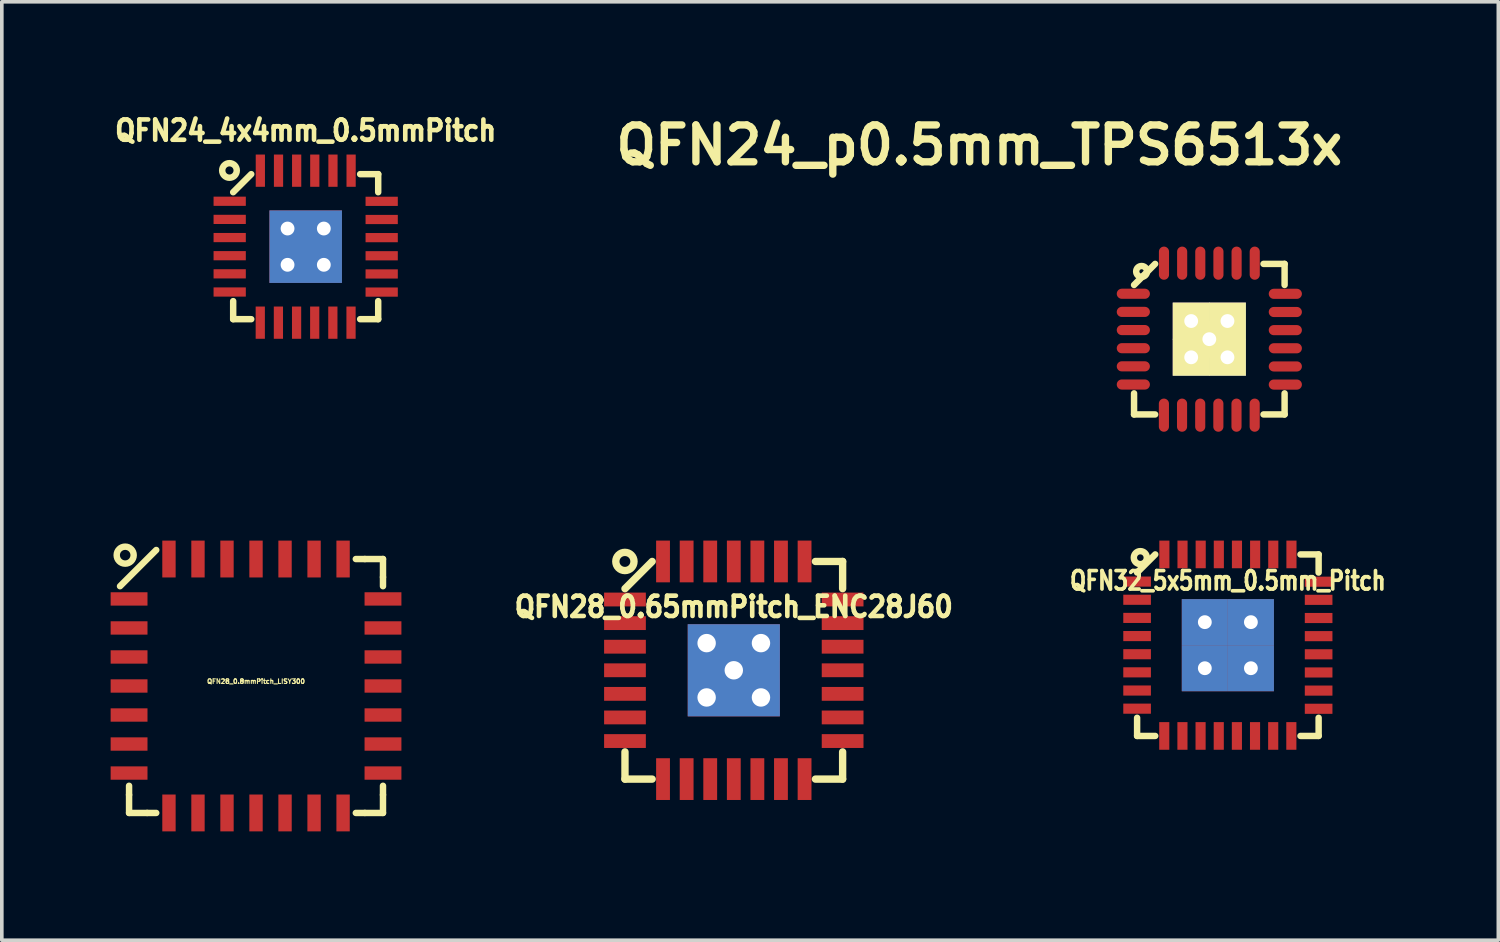
<source format=kicad_pcb>
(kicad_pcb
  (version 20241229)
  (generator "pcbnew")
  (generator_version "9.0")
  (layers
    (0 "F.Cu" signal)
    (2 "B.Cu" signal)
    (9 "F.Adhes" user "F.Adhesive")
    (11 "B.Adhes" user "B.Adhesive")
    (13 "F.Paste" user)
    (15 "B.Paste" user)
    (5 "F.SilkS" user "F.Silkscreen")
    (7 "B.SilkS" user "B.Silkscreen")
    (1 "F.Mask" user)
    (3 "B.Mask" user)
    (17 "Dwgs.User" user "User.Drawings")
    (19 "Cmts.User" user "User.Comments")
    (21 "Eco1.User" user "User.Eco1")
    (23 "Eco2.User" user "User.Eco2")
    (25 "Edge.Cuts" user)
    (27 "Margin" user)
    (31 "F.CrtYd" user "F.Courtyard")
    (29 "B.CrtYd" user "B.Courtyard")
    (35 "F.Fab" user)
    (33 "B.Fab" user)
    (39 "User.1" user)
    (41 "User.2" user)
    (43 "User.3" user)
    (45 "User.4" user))
  (footprint "QFN24_4x4mm_0.5mmPitch"
    (layer "F.Cu")
    (at 5.377 3.75)
    (property "Reference" "QFN24_4x4mm_0.5mmPitch" (at 0 -3.2 0) (layer "F.SilkS") (effects (font (size 0.559 0.508) (thickness 0.127))))
    (attr smd)
    (fp_line (start -1.999 -1.501) (end -1.501 -1.999) (stroke (width 0.178) (type solid)) (layer "F.SilkS"))
    (fp_line (start -1.999 1.999) (end -1.999 1.501) (stroke (width 0.178) (type solid)) (layer "F.SilkS"))
    (fp_line (start -1.999 1.999) (end -1.501 1.999) (stroke (width 0.178) (type solid)) (layer "F.SilkS"))
    (fp_line (start 1.999 -1.999) (end 1.501 -1.999) (stroke (width 0.178) (type solid)) (layer "F.SilkS"))
    (fp_line (start 1.999 -1.999) (end 1.999 -1.501) (stroke (width 0.178) (type solid)) (layer "F.SilkS"))
    (fp_line (start 1.999 1.999) (end 1.501 1.999) (stroke (width 0.178) (type solid)) (layer "F.SilkS"))
    (fp_line (start 1.999 1.999) (end 1.999 1.501) (stroke (width 0.178) (type solid)) (layer "F.SilkS"))
    (fp_circle (center -2.101 -2.101) (end -1.9 -2.101) (stroke (width 0.178) (type solid)) (fill no) (layer "F.SilkS"))
    (pad "1" smd rect (at -2.095 -1.252 90) (size 0.254 0.889) (layers "F.Cu" "F.Mask" "F.Paste"))
    (pad "2" smd rect (at -2.095 -0.752 90) (size 0.254 0.889) (layers "F.Cu" "F.Mask" "F.Paste"))
    (pad "3" smd rect (at -2.095 -0.251 90) (size 0.254 0.889) (layers "F.Cu" "F.Mask" "F.Paste"))
    (pad "4" smd rect (at -2.095 0.249 90) (size 0.254 0.889) (layers "F.Cu" "F.Mask" "F.Paste"))
    (pad "5" smd rect (at -2.095 0.749 90) (size 0.254 0.889) (layers "F.Cu" "F.Mask" "F.Paste"))
    (pad "6" smd rect (at -2.095 1.25 90) (size 0.254 0.889) (layers "F.Cu" "F.Mask" "F.Paste"))
    (pad "7" smd rect (at -1.252 2.095) (size 0.254 0.889) (layers "F.Cu" "F.Mask" "F.Paste"))
    (pad "8" smd rect (at -0.752 2.095) (size 0.254 0.889) (layers "F.Cu" "F.Mask" "F.Paste"))
    (pad "9" smd rect (at -0.251 2.095) (size 0.254 0.889) (layers "F.Cu" "F.Mask" "F.Paste"))
    (pad "10" smd rect (at 0.249 2.095) (size 0.254 0.889) (layers "F.Cu" "F.Mask" "F.Paste"))
    (pad "11" smd rect (at 0.749 2.095) (size 0.254 0.889) (layers "F.Cu" "F.Mask" "F.Paste"))
    (pad "12" smd rect (at 1.25 2.095) (size 0.254 0.889) (layers "F.Cu" "F.Mask" "F.Paste"))
    (pad "13" smd rect (at 2.095 1.252 270) (size 0.254 0.889) (layers "F.Cu" "F.Mask" "F.Paste"))
    (pad "14" smd rect (at 2.095 0.752 270) (size 0.254 0.889) (layers "F.Cu" "F.Mask" "F.Paste"))
    (pad "15" smd rect (at 2.095 0.251 270) (size 0.254 0.889) (layers "F.Cu" "F.Mask" "F.Paste"))
    (pad "16" smd rect (at 2.095 -0.249 270) (size 0.254 0.889) (layers "F.Cu" "F.Mask" "F.Paste"))
    (pad "17" smd rect (at 2.095 -0.749 270) (size 0.254 0.889) (layers "F.Cu" "F.Mask" "F.Paste"))
    (pad "18" smd rect (at 2.095 -1.25 270) (size 0.254 0.889) (layers "F.Cu" "F.Mask" "F.Paste"))
    (pad "19" smd rect (at 1.252 -2.095) (size 0.254 0.889) (layers "F.Cu" "F.Mask" "F.Paste"))
    (pad "20" smd rect (at 0.752 -2.095) (size 0.254 0.889) (layers "F.Cu" "F.Mask" "F.Paste"))
    (pad "21" smd rect (at 0.251 -2.095) (size 0.254 0.889) (layers "F.Cu" "F.Mask" "F.Paste"))
    (pad "22" smd rect (at -0.249 -2.095) (size 0.254 0.889) (layers "F.Cu" "F.Mask" "F.Paste"))
    (pad "23" smd rect (at -0.749 -2.095) (size 0.254 0.889) (layers "F.Cu" "F.Mask" "F.Paste"))
    (pad "24" smd rect (at -1.25 -2.095) (size 0.254 0.889) (layers "F.Cu" "F.Mask" "F.Paste"))
    (pad "25" thru_hole rect (at -0.5 -0.5) (size 0.762 0.762) (drill 0.381) (layers "*.Cu" "F.Mask" "F.Paste"))
    (pad "25" thru_hole rect (at -0.5 0.5) (size 0.762 0.762) (drill 0.381) (layers "*.Cu" "F.Mask" "F.Paste"))
    (pad "25" thru_hole rect (at 0 0) (size 1.999 1.999) (drill 0.000001) (layers "*.Cu" "F.Mask"))
    (pad "25" thru_hole rect (at 0.5 -0.5) (size 0.762 0.762) (drill 0.381) (layers "*.Cu" "F.Mask" "F.Paste"))
    (pad "25" thru_hole rect (at 0.5 0.5) (size 0.762 0.762) (drill 0.381) (layers "*.Cu" "F.Mask" "F.Paste")))
  (footprint "QFN28_0.8mmPitch_LISY300"
    (layer "F.Cu")
    (at 4.008 15.861)
    (property "Reference" "QFN28_0.8mmPitch_LISY300" (at 0 -0.127 0) (layer "F.SilkS") (effects (font (size 0.127 0.127) (thickness 0.03))))
    (attr smd)
    (fp_line (start -3.5 3) (end -3.5 2.751) (stroke (width 0.178) (type solid)) (layer "F.SilkS"))
    (fp_line (start -3.5 3.5) (end -3.5 3) (stroke (width 0.178) (type solid)) (layer "F.SilkS"))
    (fp_line (start -3 3.5) (end -3.5 3.5) (stroke (width 0.178) (type solid)) (layer "F.SilkS"))
    (fp_line (start -3 3.5) (end -2.751 3.5) (stroke (width 0.178) (type solid)) (layer "F.SilkS"))
    (fp_line (start -2.751 -3.749) (end -3.749 -2.751) (stroke (width 0.178) (type solid)) (layer "F.SilkS"))
    (fp_line (start 3 -3.5) (end 2.751 -3.5) (stroke (width 0.178) (type solid)) (layer "F.SilkS"))
    (fp_line (start 3 3.5) (end 2.751 3.5) (stroke (width 0.178) (type solid)) (layer "F.SilkS"))
    (fp_line (start 3 3.5) (end 3.5 3.5) (stroke (width 0.178) (type solid)) (layer "F.SilkS"))
    (fp_line (start 3.5 -3.5) (end 3 -3.5) (stroke (width 0.178) (type solid)) (layer "F.SilkS"))
    (fp_line (start 3.5 -3) (end 3.5 -3.5) (stroke (width 0.178) (type solid)) (layer "F.SilkS"))
    (fp_line (start 3.5 -3) (end 3.5 -2.751) (stroke (width 0.178) (type solid)) (layer "F.SilkS"))
    (fp_line (start 3.5 3) (end 3.5 2.751) (stroke (width 0.178) (type solid)) (layer "F.SilkS"))
    (fp_line (start 3.5 3.5) (end 3.5 3) (stroke (width 0.178) (type solid)) (layer "F.SilkS"))
    (fp_circle (center -3.607 -3.607) (end -3.759 -3.785) (stroke (width 0.178) (type solid)) (fill no) (layer "F.SilkS"))
    (pad "1" smd rect (at -3.5 -2.4 90) (size 0.368 1.016) (layers "F.Cu" "F.Mask" "F.Paste"))
    (pad "2" smd rect (at -3.5 -1.6 90) (size 0.368 1.016) (layers "F.Cu" "F.Mask" "F.Paste"))
    (pad "3" smd rect (at -3.5 -0.8 90) (size 0.368 1.016) (layers "F.Cu" "F.Mask" "F.Paste"))
    (pad "4" smd rect (at -3.5 0 90) (size 0.368 1.016) (layers "F.Cu" "F.Mask" "F.Paste"))
    (pad "5" smd rect (at -3.5 0.8 90) (size 0.368 1.016) (layers "F.Cu" "F.Mask" "F.Paste"))
    (pad "6" smd rect (at -3.5 1.6 90) (size 0.368 1.016) (layers "F.Cu" "F.Mask" "F.Paste"))
    (pad "7" smd rect (at -3.5 2.4 90) (size 0.368 1.016) (layers "F.Cu" "F.Mask" "F.Paste"))
    (pad "8" smd rect (at -2.4 3.5) (size 0.368 1.016) (layers "F.Cu" "F.Mask" "F.Paste"))
    (pad "9" smd rect (at -1.6 3.5) (size 0.368 1.016) (layers "F.Cu" "F.Mask" "F.Paste"))
    (pad "10" smd rect (at -0.8 3.5) (size 0.368 1.016) (layers "F.Cu" "F.Mask" "F.Paste"))
    (pad "11" smd rect (at 0 3.5) (size 0.368 1.016) (layers "F.Cu" "F.Mask" "F.Paste"))
    (pad "12" smd rect (at 0.8 3.5) (size 0.368 1.016) (layers "F.Cu" "F.Mask" "F.Paste"))
    (pad "13" smd rect (at 1.6 3.5) (size 0.368 1.016) (layers "F.Cu" "F.Mask" "F.Paste"))
    (pad "14" smd rect (at 2.4 3.5) (size 0.368 1.016) (layers "F.Cu" "F.Mask" "F.Paste"))
    (pad "15" smd rect (at 3.5 2.4 270) (size 0.368 1.016) (layers "F.Cu" "F.Mask" "F.Paste"))
    (pad "16" smd rect (at 3.5 1.6 270) (size 0.368 1.016) (layers "F.Cu" "F.Mask" "F.Paste"))
    (pad "17" smd rect (at 3.5 0.8 270) (size 0.368 1.016) (layers "F.Cu" "F.Mask" "F.Paste"))
    (pad "18" smd rect (at 3.5 0 270) (size 0.368 1.016) (layers "F.Cu" "F.Mask" "F.Paste"))
    (pad "19" smd rect (at 3.5 -0.8 270) (size 0.368 1.016) (layers "F.Cu" "F.Mask" "F.Paste"))
    (pad "20" smd rect (at 3.5 -1.6 270) (size 0.368 1.016) (layers "F.Cu" "F.Mask" "F.Paste"))
    (pad "21" smd rect (at 3.5 -2.4 270) (size 0.368 1.016) (layers "F.Cu" "F.Mask" "F.Paste"))
    (pad "22" smd rect (at 2.4 -3.5) (size 0.368 1.016) (layers "F.Cu" "F.Mask" "F.Paste"))
    (pad "23" smd rect (at 1.6 -3.5) (size 0.368 1.016) (layers "F.Cu" "F.Mask" "F.Paste"))
    (pad "24" smd rect (at 0.8 -3.5) (size 0.368 1.016) (layers "F.Cu" "F.Mask" "F.Paste"))
    (pad "25" smd rect (at 0 -3.5) (size 0.368 1.016) (layers "F.Cu" "F.Mask" "F.Paste"))
    (pad "26" smd rect (at -0.8 -3.5) (size 0.368 1.016) (layers "F.Cu" "F.Mask" "F.Paste"))
    (pad "27" smd rect (at -1.6 -3.5) (size 0.368 1.016) (layers "F.Cu" "F.Mask" "F.Paste"))
    (pad "28" smd rect (at -2.4 -3.5) (size 0.368 1.016) (layers "F.Cu" "F.Mask" "F.Paste")))
  (footprint "QFN32_5x5mm_0.5mm_Pitch"
    (layer "F.Cu")
    (at 30.799 14.736)
    (property "Reference" "QFN32_5x5mm_0.5mm_Pitch" (at 0 -1.778 0) (layer "F.SilkS") (effects (font (size 0.508 0.406) (thickness 0.102))))
    (attr smd)
    (fp_line (start -2.502 -2.002) (end -2.002 -2.502) (stroke (width 0.178) (type solid)) (layer "F.SilkS"))
    (fp_line (start -2.502 2.502) (end -2.502 2.002) (stroke (width 0.178) (type solid)) (layer "F.SilkS"))
    (fp_line (start -2.002 2.502) (end -2.502 2.502) (stroke (width 0.178) (type solid)) (layer "F.SilkS"))
    (fp_line (start 2.002 2.502) (end 2.502 2.502) (stroke (width 0.178) (type solid)) (layer "F.SilkS"))
    (fp_line (start 2.502 -2.502) (end 2.002 -2.502) (stroke (width 0.178) (type solid)) (layer "F.SilkS"))
    (fp_line (start 2.502 -2.002) (end 2.502 -2.502) (stroke (width 0.178) (type solid)) (layer "F.SilkS"))
    (fp_line (start 2.502 2.502) (end 2.502 2.002) (stroke (width 0.178) (type solid)) (layer "F.SilkS"))
    (fp_circle (center -2.413 -2.413) (end -2.54 -2.54) (stroke (width 0.178) (type solid)) (fill no) (layer "F.SilkS"))
    (pad "1" smd rect (at -2.502 -1.753 90) (size 0.279 0.762) (layers "F.Cu" "F.Mask" "F.Paste"))
    (pad "2" smd rect (at -2.502 -1.252 90) (size 0.279 0.762) (layers "F.Cu" "F.Mask" "F.Paste"))
    (pad "3" smd rect (at -2.502 -0.752 90) (size 0.279 0.762) (layers "F.Cu" "F.Mask" "F.Paste"))
    (pad "4" smd rect (at -2.502 -0.251 90) (size 0.279 0.762) (layers "F.Cu" "F.Mask" "F.Paste"))
    (pad "5" smd rect (at -2.502 0.249 90) (size 0.279 0.762) (layers "F.Cu" "F.Mask" "F.Paste"))
    (pad "6" smd rect (at -2.502 0.749 90) (size 0.279 0.762) (layers "F.Cu" "F.Mask" "F.Paste"))
    (pad "7" smd rect (at -2.502 1.25 90) (size 0.279 0.762) (layers "F.Cu" "F.Mask" "F.Paste"))
    (pad "8" smd rect (at -2.502 1.75 90) (size 0.279 0.762) (layers "F.Cu" "F.Mask" "F.Paste"))
    (pad "9" smd rect (at -1.753 2.502) (size 0.279 0.762) (layers "F.Cu" "F.Mask" "F.Paste"))
    (pad "10" smd rect (at -1.252 2.502) (size 0.279 0.762) (layers "F.Cu" "F.Mask" "F.Paste"))
    (pad "11" smd rect (at -0.752 2.502) (size 0.279 0.762) (layers "F.Cu" "F.Mask" "F.Paste"))
    (pad "12" smd rect (at -0.251 2.502) (size 0.279 0.762) (layers "F.Cu" "F.Mask" "F.Paste"))
    (pad "13" smd rect (at 0.249 2.502) (size 0.279 0.762) (layers "F.Cu" "F.Mask" "F.Paste"))
    (pad "14" smd rect (at 0.749 2.502) (size 0.279 0.762) (layers "F.Cu" "F.Mask" "F.Paste"))
    (pad "15" smd rect (at 1.25 2.502) (size 0.279 0.762) (layers "F.Cu" "F.Mask" "F.Paste"))
    (pad "16" smd rect (at 1.75 2.502) (size 0.279 0.762) (layers "F.Cu" "F.Mask" "F.Paste"))
    (pad "17" smd rect (at 2.502 1.753 270) (size 0.279 0.762) (layers "F.Cu" "F.Mask" "F.Paste"))
    (pad "18" smd rect (at 2.502 1.252 270) (size 0.279 0.762) (layers "F.Cu" "F.Mask" "F.Paste"))
    (pad "19" smd rect (at 2.502 0.752 270) (size 0.279 0.762) (layers "F.Cu" "F.Mask" "F.Paste"))
    (pad "20" smd rect (at 2.502 0.251 270) (size 0.279 0.762) (layers "F.Cu" "F.Mask" "F.Paste"))
    (pad "21" smd rect (at 2.502 -0.249 270) (size 0.279 0.762) (layers "F.Cu" "F.Mask" "F.Paste"))
    (pad "22" smd rect (at 2.502 -0.749 270) (size 0.279 0.762) (layers "F.Cu" "F.Mask" "F.Paste"))
    (pad "23" smd rect (at 2.502 -1.25 270) (size 0.279 0.762) (layers "F.Cu" "F.Mask" "F.Paste"))
    (pad "24" smd rect (at 2.502 -1.75 270) (size 0.279 0.762) (layers "F.Cu" "F.Mask" "F.Paste"))
    (pad "25" smd rect (at 1.753 -2.502) (size 0.279 0.762) (layers "F.Cu" "F.Mask" "F.Paste"))
    (pad "26" smd rect (at 1.252 -2.502) (size 0.279 0.762) (layers "F.Cu" "F.Mask" "F.Paste"))
    (pad "27" smd rect (at 0.752 -2.502) (size 0.279 0.762) (layers "F.Cu" "F.Mask" "F.Paste"))
    (pad "28" smd rect (at 0.251 -2.502) (size 0.279 0.762) (layers "F.Cu" "F.Mask" "F.Paste"))
    (pad "29" smd rect (at -0.249 -2.502) (size 0.279 0.762) (layers "F.Cu" "F.Mask" "F.Paste"))
    (pad "30" smd rect (at -0.749 -2.502) (size 0.279 0.762) (layers "F.Cu" "F.Mask" "F.Paste"))
    (pad "31" smd rect (at -1.25 -2.502) (size 0.279 0.762) (layers "F.Cu" "F.Mask" "F.Paste"))
    (pad "32" smd rect (at -1.75 -2.502) (size 0.279 0.762) (layers "F.Cu" "F.Mask" "F.Paste"))
    (pad "33" thru_hole rect (at -0.635 -0.635) (size 1.27 1.27) (drill 0.381) (layers "*.Cu" "F.Mask" "F.Paste"))
    (pad "33" thru_hole rect (at -0.635 0.635) (size 1.27 1.27) (drill 0.381) (layers "*.Cu" "F.Mask" "F.Paste"))
    (pad "33" thru_hole rect (at 0.635 -0.635) (size 1.27 1.27) (drill 0.381) (layers "*.Cu" "F.Mask" "F.Paste"))
    (pad "33" thru_hole rect (at 0.635 0.635) (size 1.27 1.27) (drill 0.381) (layers "*.Cu" "F.Mask" "F.Paste")))
  (footprint "QFN28_0.65mmPitch_ENC28J60"
    (layer "F.Cu")
    (at 17.179 15.428)
    (property "Reference" "QFN28_0.65mmPitch_ENC28J60" (at 0 -1.75 0) (layer "F.SilkS") (effects (font (size 0.559 0.508) (thickness 0.127))))
    (attr smd)
    (fp_line (start -3 3) (end -3 2.25) (stroke (width 0.203) (type solid)) (layer "F.SilkS"))
    (fp_line (start -3 3) (end -2.25 3) (stroke (width 0.203) (type solid)) (layer "F.SilkS"))
    (fp_line (start -2.25 -3) (end -3 -2.25) (stroke (width 0.203) (type solid)) (layer "F.SilkS"))
    (fp_line (start 3 -3) (end 2.25 -3) (stroke (width 0.203) (type solid)) (layer "F.SilkS"))
    (fp_line (start 3 -3) (end 3 -2.25) (stroke (width 0.203) (type solid)) (layer "F.SilkS"))
    (fp_line (start 3 3) (end 2.25 3) (stroke (width 0.203) (type solid)) (layer "F.SilkS"))
    (fp_line (start 3 3) (end 3 2.25) (stroke (width 0.203) (type solid)) (layer "F.SilkS"))
    (fp_circle (center -3.002 -3) (end -2.751 -3) (stroke (width 0.203) (type solid)) (fill no) (layer "F.SilkS"))
    (pad "1" smd rect (at -3 -1.951 90) (size 0.381 1.151) (layers "F.Cu" "F.Mask" "F.Paste"))
    (pad "2" smd rect (at -3 -1.3 90) (size 0.381 1.151) (layers "F.Cu" "F.Mask" "F.Paste"))
    (pad "3" smd rect (at -3 -0.65 90) (size 0.381 1.151) (layers "F.Cu" "F.Mask" "F.Paste"))
    (pad "4" smd rect (at -3 0 90) (size 0.381 1.151) (layers "F.Cu" "F.Mask" "F.Paste"))
    (pad "5" smd rect (at -3 0.65 90) (size 0.381 1.151) (layers "F.Cu" "F.Mask" "F.Paste"))
    (pad "6" smd rect (at -3 1.3 90) (size 0.381 1.151) (layers "F.Cu" "F.Mask" "F.Paste"))
    (pad "7" smd rect (at -3 1.951 90) (size 0.381 1.151) (layers "F.Cu" "F.Mask" "F.Paste"))
    (pad "8" smd rect (at -1.951 3) (size 0.381 1.151) (layers "F.Cu" "F.Mask" "F.Paste"))
    (pad "9" smd rect (at -1.3 3) (size 0.381 1.151) (layers "F.Cu" "F.Mask" "F.Paste"))
    (pad "10" smd rect (at -0.65 3) (size 0.381 1.151) (layers "F.Cu" "F.Mask" "F.Paste"))
    (pad "11" smd rect (at 0 3) (size 0.381 1.151) (layers "F.Cu" "F.Mask" "F.Paste"))
    (pad "12" smd rect (at 0.65 3) (size 0.381 1.151) (layers "F.Cu" "F.Mask" "F.Paste"))
    (pad "13" smd rect (at 1.3 3) (size 0.381 1.151) (layers "F.Cu" "F.Mask" "F.Paste"))
    (pad "14" smd rect (at 1.951 3) (size 0.381 1.151) (layers "F.Cu" "F.Mask" "F.Paste"))
    (pad "15" smd rect (at 3 1.951 270) (size 0.381 1.151) (layers "F.Cu" "F.Mask" "F.Paste"))
    (pad "16" smd rect (at 3 1.3 270) (size 0.381 1.151) (layers "F.Cu" "F.Mask" "F.Paste"))
    (pad "17" smd rect (at 3 0.65 270) (size 0.381 1.151) (layers "F.Cu" "F.Mask" "F.Paste"))
    (pad "18" smd rect (at 3 0 270) (size 0.381 1.151) (layers "F.Cu" "F.Mask" "F.Paste"))
    (pad "19" smd rect (at 3 -0.65 270) (size 0.381 1.151) (layers "F.Cu" "F.Mask" "F.Paste"))
    (pad "20" smd rect (at 3 -1.3 270) (size 0.381 1.151) (layers "F.Cu" "F.Mask" "F.Paste"))
    (pad "21" smd rect (at 3 -1.951 270) (size 0.381 1.151) (layers "F.Cu" "F.Mask" "F.Paste"))
    (pad "22" smd rect (at 1.951 -3) (size 0.381 1.151) (layers "F.Cu" "F.Mask" "F.Paste"))
    (pad "23" smd rect (at 1.3 -3) (size 0.381 1.151) (layers "F.Cu" "F.Mask" "F.Paste"))
    (pad "24" smd rect (at 0.65 -3) (size 0.381 1.151) (layers "F.Cu" "F.Mask" "F.Paste"))
    (pad "25" smd rect (at 0 -3) (size 0.381 1.151) (layers "F.Cu" "F.Mask" "F.Paste"))
    (pad "26" smd rect (at -0.65 -3) (size 0.381 1.151) (layers "F.Cu" "F.Mask" "F.Paste"))
    (pad "27" smd rect (at -1.3 -3) (size 0.381 1.151) (layers "F.Cu" "F.Mask" "F.Paste"))
    (pad "28" smd rect (at -1.951 -3) (size 0.381 1.151) (layers "F.Cu" "F.Mask" "F.Paste"))
    (pad "29" thru_hole rect (at -0.749 -0.749 270) (size 1.001 1.001) (drill 0.508) (layers "*.Cu" "F.Mask"))
    (pad "29" thru_hole rect (at -0.749 0.749 270) (size 1.001 1.001) (drill 0.508) (layers "*.Cu" "F.Mask"))
    (pad "29" thru_hole rect (at 0 0 270) (size 2.54 2.54) (drill 0.508) (layers "*.Cu" "F.Mask" "F.Paste"))
    (pad "29" thru_hole rect (at 0.749 -0.749 270) (size 1.001 1.001) (drill 0.508) (layers "*.Cu" "F.Mask"))
    (pad "29" thru_hole rect (at 0.749 0.749 270) (size 1.001 1.001) (drill 0.508) (layers "*.Cu" "F.Mask")))
  (footprint "QFN24_p0.5mm_TPS6513x"
    (layer "F.Cu")
    (at 30.288 6.3)
    (property "Reference" "QFN24_p0.5mm_TPS6513x" (at -6.34 -5.349 0) (layer "F.SilkS") (effects (font (size 1.016 1.016) (thickness 0.203))))
    (attr smd)
    (fp_line (start -2.075 2.075) (end -2.075 1.494) (stroke (width 0.178) (type solid)) (layer "F.SilkS"))
    (fp_line (start -1.494 -2.075) (end -2.075 -1.494) (stroke (width 0.178) (type solid)) (layer "F.SilkS"))
    (fp_line (start -1.494 2.075) (end -2.075 2.075) (stroke (width 0.178) (type solid)) (layer "F.SilkS"))
    (fp_line (start 1.494 -2.075) (end 2.075 -2.075) (stroke (width 0.178) (type solid)) (layer "F.SilkS"))
    (fp_line (start 2.075 -2.075) (end 2.075 -1.494) (stroke (width 0.178) (type solid)) (layer "F.SilkS"))
    (fp_line (start 2.075 1.494) (end 2.075 2.075) (stroke (width 0.178) (type solid)) (layer "F.SilkS"))
    (fp_line (start 2.075 2.075) (end 1.494 2.075) (stroke (width 0.178) (type solid)) (layer "F.SilkS"))
    (fp_circle (center -1.867 -1.867) (end -1.951 -1.991) (stroke (width 0.178) (type solid)) (fill no) (layer "F.SilkS"))
    (pad "1" smd oval (at -2.095 -1.252 90) (size 0.279 0.914) (layers "F.Cu" "F.Mask" "F.Paste"))
    (pad "2" smd oval (at -2.095 -0.752 90) (size 0.279 0.914) (layers "F.Cu" "F.Mask" "F.Paste"))
    (pad "3" smd oval (at -2.095 -0.251 90) (size 0.279 0.914) (layers "F.Cu" "F.Mask" "F.Paste"))
    (pad "4" smd oval (at -2.095 0.249 90) (size 0.279 0.914) (layers "F.Cu" "F.Mask" "F.Paste"))
    (pad "5" smd oval (at -2.095 0.749 90) (size 0.279 0.914) (layers "F.Cu" "F.Mask" "F.Paste"))
    (pad "6" smd oval (at -2.095 1.25 90) (size 0.279 0.914) (layers "F.Cu" "F.Mask" "F.Paste"))
    (pad "7" smd oval (at -1.252 2.095) (size 0.279 0.914) (layers "F.Cu" "F.Mask" "F.Paste"))
    (pad "8" smd oval (at -0.752 2.095) (size 0.279 0.914) (layers "F.Cu" "F.Mask" "F.Paste"))
    (pad "9" smd oval (at -0.251 2.095) (size 0.279 0.914) (layers "F.Cu" "F.Mask" "F.Paste"))
    (pad "10" smd oval (at 0.249 2.095) (size 0.279 0.914) (layers "F.Cu" "F.Mask" "F.Paste"))
    (pad "11" smd oval (at 0.749 2.095) (size 0.279 0.914) (layers "F.Cu" "F.Mask" "F.Paste"))
    (pad "12" smd oval (at 1.25 2.095) (size 0.279 0.914) (layers "F.Cu" "F.Mask" "F.Paste"))
    (pad "13" smd oval (at 2.095 1.252 270) (size 0.279 0.914) (layers "F.Cu" "F.Mask" "F.Paste"))
    (pad "14" smd oval (at 2.095 0.752 270) (size 0.279 0.914) (layers "F.Cu" "F.Mask" "F.Paste"))
    (pad "15" smd oval (at 2.095 0.251 270) (size 0.279 0.914) (layers "F.Cu" "F.Mask" "F.Paste"))
    (pad "16" smd oval (at 2.095 -0.249 270) (size 0.279 0.914) (layers "F.Cu" "F.Mask" "F.Paste"))
    (pad "17" smd oval (at 2.095 -0.749 270) (size 0.279 0.914) (layers "F.Cu" "F.Mask" "F.Paste"))
    (pad "18" smd oval (at 2.095 -1.25 270) (size 0.279 0.914) (layers "F.Cu" "F.Mask" "F.Paste"))
    (pad "19" smd oval (at 1.252 -2.095) (size 0.279 0.914) (layers "F.Cu" "F.Mask" "F.Paste"))
    (pad "20" smd oval (at 0.752 -2.095) (size 0.279 0.914) (layers "F.Cu" "F.Mask" "F.Paste"))
    (pad "21" smd oval (at 0.251 -2.095) (size 0.279 0.914) (layers "F.Cu" "F.Mask" "F.Paste"))
    (pad "22" smd oval (at -0.249 -2.095) (size 0.279 0.914) (layers "F.Cu" "F.Mask" "F.Paste"))
    (pad "23" smd oval (at -0.749 -2.095) (size 0.279 0.914) (layers "F.Cu" "F.Mask" "F.Paste"))
    (pad "24" smd oval (at -1.25 -2.095) (size 0.279 0.914) (layers "F.Cu" "F.Mask" "F.Paste"))
    (pad "25" thru_hole rect (at -0.5 -0.5) (size 1.016 1.016) (drill 0.381) (layers "*.Cu" "*.Mask" "F.SilkS"))
    (pad "25" thru_hole rect (at -0.5 0.5) (size 1.016 1.016) (drill 0.381) (layers "*.Cu" "*.Mask" "F.SilkS"))
    (pad "25" thru_hole circle (at 0 0) (size 1.016 1.016) (drill 0.381) (layers "*.Cu" "*.Mask" "F.SilkS"))
    (pad "25" thru_hole rect (at 0.5 -0.5) (size 1.016 1.016) (drill 0.381) (layers "*.Cu" "*.Mask" "F.SilkS"))
    (pad "25" thru_hole rect (at 0.5 0.5) (size 1.016 1.016) (drill 0.381) (layers "*.Cu" "*.Mask" "F.SilkS")))
  (gr_rect
    (start -3 -3)
    (end 38.255 22.869)
    (stroke (width 0.1) (type default))
    (fill no)
    (layer "Edge.Cuts")))
</source>
